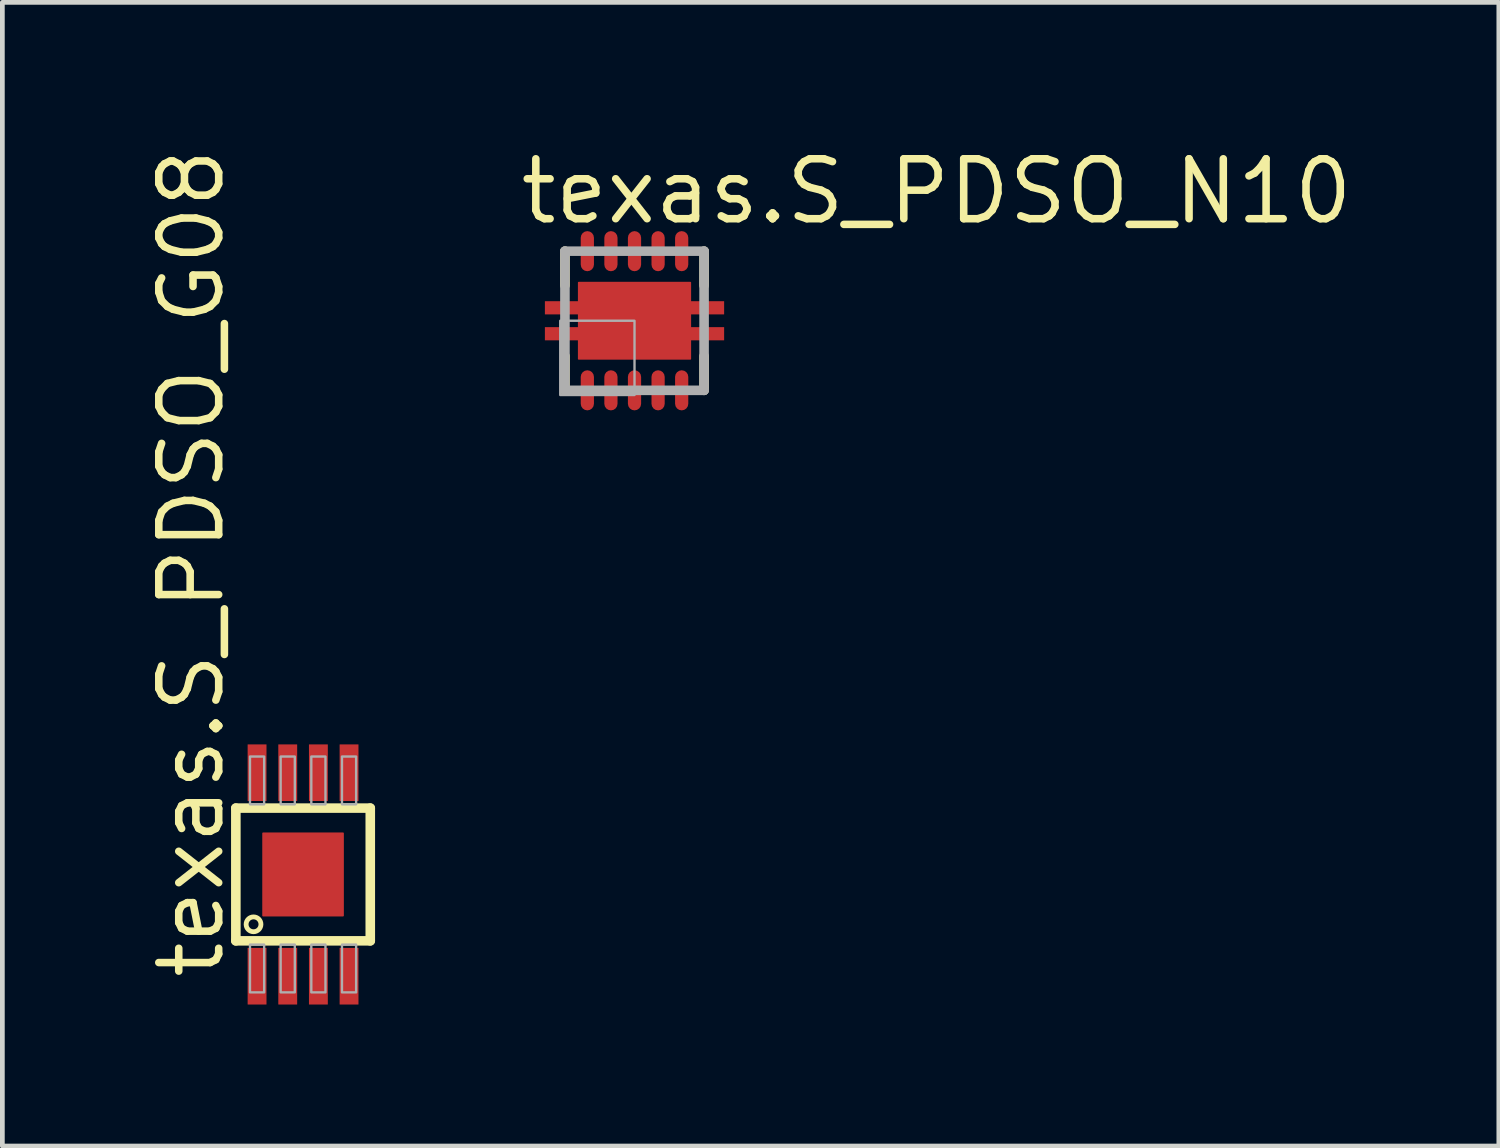
<source format=kicad_pcb>
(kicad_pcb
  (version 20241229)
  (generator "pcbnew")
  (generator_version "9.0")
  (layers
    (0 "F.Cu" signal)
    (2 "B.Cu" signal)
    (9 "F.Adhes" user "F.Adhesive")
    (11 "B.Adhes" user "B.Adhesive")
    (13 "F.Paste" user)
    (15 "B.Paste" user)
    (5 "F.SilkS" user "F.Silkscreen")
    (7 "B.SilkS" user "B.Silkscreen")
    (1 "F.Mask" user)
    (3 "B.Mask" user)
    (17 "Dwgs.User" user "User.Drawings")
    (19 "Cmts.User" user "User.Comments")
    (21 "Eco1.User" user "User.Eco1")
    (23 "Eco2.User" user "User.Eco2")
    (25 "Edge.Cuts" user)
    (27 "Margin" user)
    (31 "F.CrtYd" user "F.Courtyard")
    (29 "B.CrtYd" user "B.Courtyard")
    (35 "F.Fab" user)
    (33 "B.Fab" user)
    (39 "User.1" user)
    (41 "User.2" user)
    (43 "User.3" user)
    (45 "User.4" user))
  (footprint "texas.S_PDSO_G08"
    (layer "F.Cu")
    (at 3.375 15.489)
    (property "Reference" "texas.S_PDSO_G08" (at -1.625 2.275 90) (layer "F.SilkS") (effects (font (size 1.27 1.27) (thickness 0.16)) (justify left bottom)))
    (attr smd)
    (fp_rect (start -0.85 0.875) (end 0.85 -0.875) (stroke (width 0.05) (type default)) (fill yes) (layer "F.Mask"))
    (fp_line (start -1.425 -1.407) (end 1.425 -1.407) (stroke (width 0.203) (type default)) (layer "F.SilkS"))
    (fp_line (start -1.425 1.407) (end -1.425 -1.407) (stroke (width 0.203) (type default)) (layer "F.SilkS"))
    (fp_line (start 1.425 -1.407) (end 1.425 1.407) (stroke (width 0.203) (type default)) (layer "F.SilkS"))
    (fp_line (start 1.425 1.407) (end -1.425 1.407) (stroke (width 0.203) (type default)) (layer "F.SilkS"))
    (fp_circle (center -1.05 1.057) (end -0.893 1.057) (stroke (width 0.102) (type default)) (fill no) (layer "F.SilkS"))
    (fp_rect (start -0.825 0.85) (end 0.825 -0.85) (stroke (width 0.05) (type default)) (fill yes) (layer "F.Paste"))
    (fp_rect (start -1.125 -1.487) (end -0.825 -2.5) (stroke (width 0.05) (type default)) (fill no) (layer "F.Fab"))
    (fp_rect (start -1.125 2.5) (end -0.825 1.487) (stroke (width 0.05) (type default)) (fill no) (layer "F.Fab"))
    (fp_rect (start -0.475 -1.487) (end -0.175 -2.5) (stroke (width 0.05) (type default)) (fill no) (layer "F.Fab"))
    (fp_rect (start -0.475 2.5) (end -0.175 1.487) (stroke (width 0.05) (type default)) (fill no) (layer "F.Fab"))
    (fp_rect (start 0.175 -1.487) (end 0.475 -2.5) (stroke (width 0.05) (type default)) (fill no) (layer "F.Fab"))
    (fp_rect (start 0.175 2.5) (end 0.475 1.487) (stroke (width 0.05) (type default)) (fill no) (layer "F.Fab"))
    (fp_rect (start 0.825 -1.487) (end 1.125 -2.5) (stroke (width 0.05) (type default)) (fill no) (layer "F.Fab"))
    (fp_rect (start 0.825 2.5) (end 1.125 1.487) (stroke (width 0.05) (type default)) (fill no) (layer "F.Fab"))
    (pad "1" smd roundrect (at -0.975 2.157) (size 0.4 1.2) (layers "F.Cu" "F.Mask" "F.Paste") (roundrect_rratio 0.01))
    (pad "2" smd roundrect (at -0.325 2.157) (size 0.4 1.2) (layers "F.Cu" "F.Mask" "F.Paste") (roundrect_rratio 0.01))
    (pad "3" smd roundrect (at 0.325 2.157) (size 0.4 1.2) (layers "F.Cu" "F.Mask" "F.Paste") (roundrect_rratio 0.01))
    (pad "4" smd roundrect (at 0.975 2.157) (size 0.4 1.2) (layers "F.Cu" "F.Mask" "F.Paste") (roundrect_rratio 0.01))
    (pad "5" smd roundrect (at 0.975 -2.157 180) (size 0.4 1.2) (layers "F.Cu" "F.Mask" "F.Paste") (roundrect_rratio 0.01))
    (pad "6" smd roundrect (at 0.325 -2.157 180) (size 0.4 1.2) (layers "F.Cu" "F.Mask" "F.Paste") (roundrect_rratio 0.01))
    (pad "7" smd roundrect (at -0.325 -2.157 180) (size 0.4 1.2) (layers "F.Cu" "F.Mask" "F.Paste") (roundrect_rratio 0.01))
    (pad "8" smd roundrect (at -0.975 -2.157 180) (size 0.4 1.2) (layers "F.Cu" "F.Mask" "F.Paste") (roundrect_rratio 0.01))
    (pad "TH" smd roundrect (at 0 0) (size 1.73 1.78) (layers "F.Cu" "F.Mask" "F.Paste") (roundrect_rratio 0.01)))
  (footprint "texas.S_PDSO_N10"
    (layer "F.Cu")
    (at 10.402 3.75)
    (property "Reference" "texas.S_PDSO_N10" (at -2.5 -2 0) (layer "F.SilkS") (effects (font (size 1.27 1.27) (thickness 0.16)) (justify left bottom)))
    (attr smd)
    (fp_rect (start -1.925 -0.125) (end -1.325 -0.425) (stroke (width 0.05) (type default)) (fill yes) (layer "F.Mask"))
    (fp_rect (start -1.925 0.425) (end -1.325 0.125) (stroke (width 0.05) (type default)) (fill yes) (layer "F.Mask"))
    (fp_rect (start -1.225 0.85) (end 1.225 -0.85) (stroke (width 0.05) (type default)) (fill yes) (layer "F.Mask"))
    (fp_rect (start -1.175 -1.165) (end -0.825 -1.925) (stroke (width 0.05) (type default)) (fill yes) (layer "F.Mask"))
    (fp_rect (start -1.175 1.925) (end -0.825 1.165) (stroke (width 0.05) (type default)) (fill yes) (layer "F.Mask"))
    (fp_rect (start -0.675 -1.165) (end -0.325 -1.925) (stroke (width 0.05) (type default)) (fill yes) (layer "F.Mask"))
    (fp_rect (start -0.675 1.925) (end -0.325 1.165) (stroke (width 0.05) (type default)) (fill yes) (layer "F.Mask"))
    (fp_rect (start -0.175 -1.165) (end 0.175 -1.925) (stroke (width 0.05) (type default)) (fill yes) (layer "F.Mask"))
    (fp_rect (start -0.175 1.925) (end 0.175 1.165) (stroke (width 0.05) (type default)) (fill yes) (layer "F.Mask"))
    (fp_rect (start 0.325 -1.165) (end 0.675 -1.925) (stroke (width 0.05) (type default)) (fill yes) (layer "F.Mask"))
    (fp_rect (start 0.325 1.925) (end 0.675 1.165) (stroke (width 0.05) (type default)) (fill yes) (layer "F.Mask"))
    (fp_rect (start 0.825 -1.165) (end 1.175 -1.925) (stroke (width 0.05) (type default)) (fill yes) (layer "F.Mask"))
    (fp_rect (start 0.825 1.925) (end 1.175 1.165) (stroke (width 0.05) (type default)) (fill yes) (layer "F.Mask"))
    (fp_rect (start 1.325 -0.125) (end 1.925 -0.425) (stroke (width 0.05) (type default)) (fill yes) (layer "F.Mask"))
    (fp_rect (start 1.325 0.425) (end 1.925 0.125) (stroke (width 0.05) (type default)) (fill yes) (layer "F.Mask"))
    (fp_circle (center -1 -1.165) (end -0.825 -1.165) (stroke (width 0.1) (type default)) (fill no) (layer "F.Mask"))
    (fp_circle (center -1 1.165) (end -0.825 1.165) (stroke (width 0.1) (type default)) (fill no) (layer "F.Mask"))
    (fp_circle (center -0.5 -1.165) (end -0.325 -1.165) (stroke (width 0.1) (type default)) (fill no) (layer "F.Mask"))
    (fp_circle (center -0.5 1.165) (end -0.325 1.165) (stroke (width 0.1) (type default)) (fill no) (layer "F.Mask"))
    (fp_circle (center 0 -1.165) (end 0.175 -1.165) (stroke (width 0.1) (type default)) (fill no) (layer "F.Mask"))
    (fp_circle (center 0 1.165) (end 0.175 1.165) (stroke (width 0.1) (type default)) (fill no) (layer "F.Mask"))
    (fp_circle (center 0.5 -1.165) (end 0.675 -1.165) (stroke (width 0.1) (type default)) (fill no) (layer "F.Mask"))
    (fp_circle (center 0.5 1.165) (end 0.675 1.165) (stroke (width 0.1) (type default)) (fill no) (layer "F.Mask"))
    (fp_circle (center 1 -1.165) (end 1.175 -1.165) (stroke (width 0.1) (type default)) (fill no) (layer "F.Mask"))
    (fp_circle (center 1 1.165) (end 1.175 1.165) (stroke (width 0.1) (type default)) (fill no) (layer "F.Mask"))
    (fp_line (start -1.475 -0.748) (end -1.475 -1.475) (stroke (width 0.203) (type default)) (layer "F.SilkS"))
    (fp_line (start -1.475 1.475) (end -1.475 0.748) (stroke (width 0.203) (type default)) (layer "F.SilkS"))
    (fp_line (start 1.475 -1.475) (end 1.475 -0.748) (stroke (width 0.203) (type default)) (layer "F.SilkS"))
    (fp_line (start 1.475 0.748) (end 1.475 1.475) (stroke (width 0.203) (type default)) (layer "F.SilkS"))
    (fp_rect (start -1.9 -0.15) (end -1.325 -0.4) (stroke (width 0.05) (type default)) (fill yes) (layer "F.Paste"))
    (fp_rect (start -1.9 0.4) (end -1.325 0.15) (stroke (width 0.05) (type default)) (fill yes) (layer "F.Paste"))
    (fp_rect (start -1.175 -0.15) (end -0.15 -0.8) (stroke (width 0.05) (type default)) (fill yes) (layer "F.Paste"))
    (fp_rect (start -1.175 0.8) (end -0.15 0.15) (stroke (width 0.05) (type default)) (fill yes) (layer "F.Paste"))
    (fp_rect (start -1.115 -1.165) (end -0.885 -1.85) (stroke (width 0.05) (type default)) (fill yes) (layer "F.Paste"))
    (fp_rect (start -1.115 1.85) (end -0.885 1.165) (stroke (width 0.05) (type default)) (fill yes) (layer "F.Paste"))
    (fp_rect (start -0.615 -1.165) (end -0.385 -1.85) (stroke (width 0.05) (type default)) (fill yes) (layer "F.Paste"))
    (fp_rect (start -0.615 1.85) (end -0.385 1.165) (stroke (width 0.05) (type default)) (fill yes) (layer "F.Paste"))
    (fp_rect (start -0.115 -1.165) (end 0.115 -1.85) (stroke (width 0.05) (type default)) (fill yes) (layer "F.Paste"))
    (fp_rect (start -0.115 1.85) (end 0.115 1.165) (stroke (width 0.05) (type default)) (fill yes) (layer "F.Paste"))
    (fp_rect (start 0.15 -0.15) (end 1.175 -0.8) (stroke (width 0.05) (type default)) (fill yes) (layer "F.Paste"))
    (fp_rect (start 0.15 0.8) (end 1.175 0.15) (stroke (width 0.05) (type default)) (fill yes) (layer "F.Paste"))
    (fp_rect (start 0.385 -1.165) (end 0.615 -1.85) (stroke (width 0.05) (type default)) (fill yes) (layer "F.Paste"))
    (fp_rect (start 0.385 1.85) (end 0.615 1.165) (stroke (width 0.05) (type default)) (fill yes) (layer "F.Paste"))
    (fp_rect (start 0.885 -1.165) (end 1.115 -1.85) (stroke (width 0.05) (type default)) (fill yes) (layer "F.Paste"))
    (fp_rect (start 0.885 1.85) (end 1.115 1.165) (stroke (width 0.05) (type default)) (fill yes) (layer "F.Paste"))
    (fp_rect (start 1.325 -0.15) (end 1.9 -0.4) (stroke (width 0.05) (type default)) (fill yes) (layer "F.Paste"))
    (fp_rect (start 1.325 0.4) (end 1.9 0.15) (stroke (width 0.05) (type default)) (fill yes) (layer "F.Paste"))
    (fp_circle (center -1 -1.165) (end -0.885 -1.165) (stroke (width 0.1) (type default)) (fill no) (layer "F.Paste"))
    (fp_circle (center -1 1.165) (end -0.885 1.165) (stroke (width 0.1) (type default)) (fill no) (layer "F.Paste"))
    (fp_circle (center -0.5 -1.165) (end -0.385 -1.165) (stroke (width 0.1) (type default)) (fill no) (layer "F.Paste"))
    (fp_circle (center -0.5 1.165) (end -0.385 1.165) (stroke (width 0.1) (type default)) (fill no) (layer "F.Paste"))
    (fp_circle (center 0 -1.165) (end 0.115 -1.165) (stroke (width 0.1) (type default)) (fill no) (layer "F.Paste"))
    (fp_circle (center 0 1.165) (end 0.115 1.165) (stroke (width 0.1) (type default)) (fill no) (layer "F.Paste"))
    (fp_circle (center 0.5 -1.165) (end 0.615 -1.165) (stroke (width 0.1) (type default)) (fill no) (layer "F.Paste"))
    (fp_circle (center 0.5 1.165) (end 0.615 1.165) (stroke (width 0.1) (type default)) (fill no) (layer "F.Paste"))
    (fp_circle (center 1 -1.165) (end 1.115 -1.165) (stroke (width 0.1) (type default)) (fill no) (layer "F.Paste"))
    (fp_circle (center 1 1.165) (end 1.115 1.165) (stroke (width 0.1) (type default)) (fill no) (layer "F.Paste"))
    (fp_line (start -1.475 -1.475) (end 1.475 -1.475) (stroke (width 0.203) (type default)) (layer "F.Fab"))
    (fp_line (start -1.475 1.475) (end -1.475 -1.475) (stroke (width 0.203) (type default)) (layer "F.Fab"))
    (fp_line (start 1.475 -1.475) (end 1.475 1.475) (stroke (width 0.203) (type default)) (layer "F.Fab"))
    (fp_line (start 1.475 1.475) (end -1.475 1.475) (stroke (width 0.203) (type default)) (layer "F.Fab"))
    (fp_rect (start -1.575 1.575) (end 0 0) (stroke (width 0.05) (type default)) (fill no) (layer "F.Fab"))
    (pad "1" smd roundrect (at -1 1.475 90) (size 0.85 0.28) (layers "F.Cu" "F.Mask" "F.Paste") (roundrect_rratio 0.5))
    (pad "2" smd roundrect (at -0.5 1.475 90) (size 0.85 0.28) (layers "F.Cu" "F.Mask" "F.Paste") (roundrect_rratio 0.5))
    (pad "3" smd roundrect (at 0 1.475 90) (size 0.85 0.28) (layers "F.Cu" "F.Mask" "F.Paste") (roundrect_rratio 0.5))
    (pad "4" smd roundrect (at 0.5 1.475 90) (size 0.85 0.28) (layers "F.Cu" "F.Mask" "F.Paste") (roundrect_rratio 0.5))
    (pad "5" smd roundrect (at 1 1.475 90) (size 0.85 0.28) (layers "F.Cu" "F.Mask" "F.Paste") (roundrect_rratio 0.5))
    (pad "6" smd roundrect (at 1 -1.475 270) (size 0.85 0.28) (layers "F.Cu" "F.Mask" "F.Paste") (roundrect_rratio 0.5))
    (pad "7" smd roundrect (at 0.5 -1.475 270) (size 0.85 0.28) (layers "F.Cu" "F.Mask" "F.Paste") (roundrect_rratio 0.5))
    (pad "8" smd roundrect (at 0 -1.475 270) (size 0.85 0.28) (layers "F.Cu" "F.Mask" "F.Paste") (roundrect_rratio 0.5))
    (pad "9" smd roundrect (at -0.5 -1.475 270) (size 0.85 0.28) (layers "F.Cu" "F.Mask" "F.Paste") (roundrect_rratio 0.5))
    (pad "10" smd roundrect (at -1 -1.475 270) (size 0.85 0.28) (layers "F.Cu" "F.Mask" "F.Paste") (roundrect_rratio 0.5))
    (pad "PP" smd roundrect (at 0 0) (size 2.4 1.65) (layers "F.Cu" "F.Mask" "F.Paste") (roundrect_rratio 0.01))
    (pad "PP@1" smd roundrect (at 0 -0.275) (size 3.8 0.28) (layers "F.Cu" "F.Mask" "F.Paste") (roundrect_rratio 0.01))
    (pad "PP@2" smd roundrect (at 0 0.275) (size 3.8 0.28) (layers "F.Cu" "F.Mask" "F.Paste") (roundrect_rratio 0.01)))
  (gr_rect
    (start -3 -3)
    (end 28.726 21.246)
    (stroke (width 0.1) (type default))
    (fill no)
    (layer "Edge.Cuts")))
</source>
